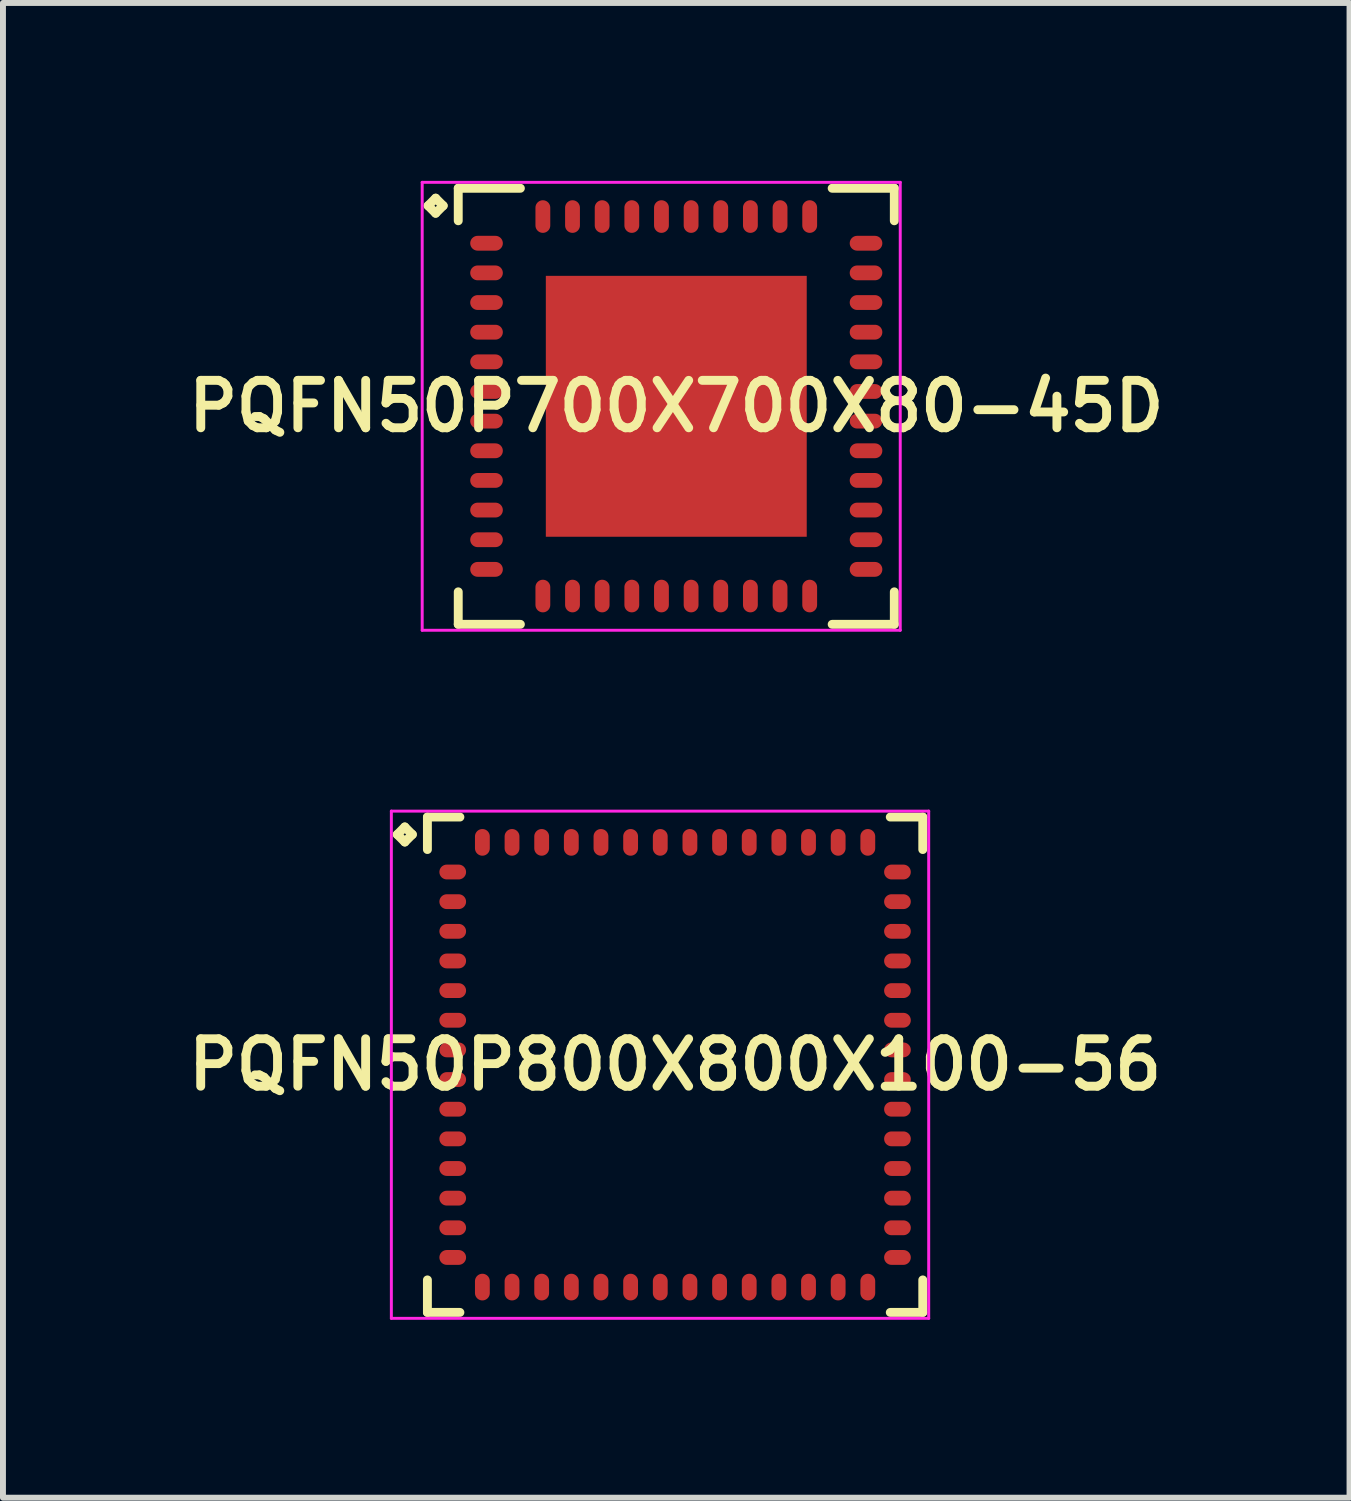
<source format=kicad_pcb>
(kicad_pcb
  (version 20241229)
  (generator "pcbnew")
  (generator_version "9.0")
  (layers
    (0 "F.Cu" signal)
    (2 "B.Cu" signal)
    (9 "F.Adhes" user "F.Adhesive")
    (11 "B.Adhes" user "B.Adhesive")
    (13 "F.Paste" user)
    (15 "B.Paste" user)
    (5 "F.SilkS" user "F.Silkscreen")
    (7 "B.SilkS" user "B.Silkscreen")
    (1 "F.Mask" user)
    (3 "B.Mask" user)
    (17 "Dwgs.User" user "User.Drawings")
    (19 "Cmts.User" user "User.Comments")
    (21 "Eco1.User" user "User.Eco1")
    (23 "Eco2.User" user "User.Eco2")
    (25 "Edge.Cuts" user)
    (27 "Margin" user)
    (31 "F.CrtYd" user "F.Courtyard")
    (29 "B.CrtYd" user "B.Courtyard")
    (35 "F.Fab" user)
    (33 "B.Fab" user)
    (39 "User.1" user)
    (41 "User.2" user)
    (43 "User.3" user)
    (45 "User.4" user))
  (footprint "PQFN50P800X800X100-56"
    (layer "F.Cu")
    (at 8.335 14.906)
    (property "Reference" "PQFN50P800X800X100-56" (at 0 0 0) (layer "F.SilkS") (effects (font (size 0.8 0.8) (thickness 0.15))))
    (attr smd)
    (fp_line (start -4.685 -3.883) (end -4.558 -4.01) (stroke (width 0.15) (type solid)) (layer "F.SilkS"))
    (fp_line (start -4.558 -4.01) (end -4.431 -3.883) (stroke (width 0.15) (type solid)) (layer "F.SilkS"))
    (fp_line (start -4.558 -3.756) (end -4.685 -3.883) (stroke (width 0.15) (type solid)) (layer "F.SilkS"))
    (fp_line (start -4.431 -3.883) (end -4.558 -3.756) (stroke (width 0.15) (type solid)) (layer "F.SilkS"))
    (fp_line (start -4.177 -4.177) (end -3.629 -4.177) (stroke (width 0.15) (type solid)) (layer "F.SilkS"))
    (fp_line (start -4.177 -3.629) (end -4.177 -4.177) (stroke (width 0.15) (type solid)) (layer "F.SilkS"))
    (fp_line (start -4.177 3.629) (end -4.177 4.177) (stroke (width 0.15) (type solid)) (layer "F.SilkS"))
    (fp_line (start -4.177 4.177) (end -3.629 4.177) (stroke (width 0.15) (type solid)) (layer "F.SilkS"))
    (fp_line (start 3.629 -4.177) (end 4.177 -4.177) (stroke (width 0.15) (type solid)) (layer "F.SilkS"))
    (fp_line (start 3.629 4.177) (end 4.177 4.177) (stroke (width 0.15) (type solid)) (layer "F.SilkS"))
    (fp_line (start 4.177 -4.177) (end 4.177 -3.629) (stroke (width 0.15) (type solid)) (layer "F.SilkS"))
    (fp_line (start 4.177 4.177) (end 4.177 3.629) (stroke (width 0.15) (type solid)) (layer "F.SilkS"))
    (fp_line (start -4.785 -4.277) (end 4.277 -4.277) (stroke (width 0.05) (type solid)) (layer "F.CrtYd"))
    (fp_line (start -4.785 4.277) (end -4.785 -4.277) (stroke (width 0.05) (type solid)) (layer "F.CrtYd"))
    (fp_line (start 4.277 -4.277) (end 4.277 4.277) (stroke (width 0.05) (type solid)) (layer "F.CrtYd"))
    (fp_line (start 4.277 4.277) (end -4.785 4.277) (stroke (width 0.05) (type solid)) (layer "F.CrtYd"))
    (pad "1" smd oval (at -3.75 -3.25) (size 0.45 0.25) (layers "F.Cu" "F.Mask" "F.Paste"))
    (pad "2" smd oval (at -3.75 -2.75) (size 0.45 0.25) (layers "F.Cu" "F.Mask" "F.Paste"))
    (pad "3" smd oval (at -3.75 -2.25) (size 0.45 0.25) (layers "F.Cu" "F.Mask" "F.Paste"))
    (pad "4" smd oval (at -3.75 -1.75) (size 0.45 0.25) (layers "F.Cu" "F.Mask" "F.Paste"))
    (pad "5" smd oval (at -3.75 -1.25) (size 0.45 0.25) (layers "F.Cu" "F.Mask" "F.Paste"))
    (pad "6" smd oval (at -3.75 -0.75) (size 0.45 0.25) (layers "F.Cu" "F.Mask" "F.Paste"))
    (pad "7" smd oval (at -3.75 -0.25) (size 0.45 0.25) (layers "F.Cu" "F.Mask" "F.Paste"))
    (pad "8" smd oval (at -3.75 0.25) (size 0.45 0.25) (layers "F.Cu" "F.Mask" "F.Paste"))
    (pad "9" smd oval (at -3.75 0.75) (size 0.45 0.25) (layers "F.Cu" "F.Mask" "F.Paste"))
    (pad "10" smd oval (at -3.75 1.25) (size 0.45 0.25) (layers "F.Cu" "F.Mask" "F.Paste"))
    (pad "11" smd oval (at -3.75 1.75) (size 0.45 0.25) (layers "F.Cu" "F.Mask" "F.Paste"))
    (pad "12" smd oval (at -3.75 2.25) (size 0.45 0.25) (layers "F.Cu" "F.Mask" "F.Paste"))
    (pad "13" smd oval (at -3.75 2.75) (size 0.45 0.25) (layers "F.Cu" "F.Mask" "F.Paste"))
    (pad "14" smd oval (at -3.75 3.25) (size 0.45 0.25) (layers "F.Cu" "F.Mask" "F.Paste"))
    (pad "15" smd oval (at -3.25 3.75) (size 0.25 0.45) (layers "F.Cu" "F.Mask" "F.Paste"))
    (pad "16" smd oval (at -2.75 3.75) (size 0.25 0.45) (layers "F.Cu" "F.Mask" "F.Paste"))
    (pad "17" smd oval (at -2.25 3.75) (size 0.25 0.45) (layers "F.Cu" "F.Mask" "F.Paste"))
    (pad "18" smd oval (at -1.75 3.75) (size 0.25 0.45) (layers "F.Cu" "F.Mask" "F.Paste"))
    (pad "19" smd oval (at -1.25 3.75) (size 0.25 0.45) (layers "F.Cu" "F.Mask" "F.Paste"))
    (pad "20" smd oval (at -0.75 3.75) (size 0.25 0.45) (layers "F.Cu" "F.Mask" "F.Paste"))
    (pad "21" smd oval (at -0.25 3.75) (size 0.25 0.45) (layers "F.Cu" "F.Mask" "F.Paste"))
    (pad "22" smd oval (at 0.25 3.75) (size 0.25 0.45) (layers "F.Cu" "F.Mask" "F.Paste"))
    (pad "23" smd oval (at 0.75 3.75) (size 0.25 0.45) (layers "F.Cu" "F.Mask" "F.Paste"))
    (pad "24" smd oval (at 1.25 3.75) (size 0.25 0.45) (layers "F.Cu" "F.Mask" "F.Paste"))
    (pad "25" smd oval (at 1.75 3.75) (size 0.25 0.45) (layers "F.Cu" "F.Mask" "F.Paste"))
    (pad "26" smd oval (at 2.25 3.75) (size 0.25 0.45) (layers "F.Cu" "F.Mask" "F.Paste"))
    (pad "27" smd oval (at 2.75 3.75) (size 0.25 0.45) (layers "F.Cu" "F.Mask" "F.Paste"))
    (pad "28" smd oval (at 3.25 3.75) (size 0.25 0.45) (layers "F.Cu" "F.Mask" "F.Paste"))
    (pad "29" smd oval (at 3.75 3.25) (size 0.45 0.25) (layers "F.Cu" "F.Mask" "F.Paste"))
    (pad "30" smd oval (at 3.75 2.75) (size 0.45 0.25) (layers "F.Cu" "F.Mask" "F.Paste"))
    (pad "31" smd oval (at 3.75 2.25) (size 0.45 0.25) (layers "F.Cu" "F.Mask" "F.Paste"))
    (pad "32" smd oval (at 3.75 1.75) (size 0.45 0.25) (layers "F.Cu" "F.Mask" "F.Paste"))
    (pad "33" smd oval (at 3.75 1.25) (size 0.45 0.25) (layers "F.Cu" "F.Mask" "F.Paste"))
    (pad "34" smd oval (at 3.75 0.75) (size 0.45 0.25) (layers "F.Cu" "F.Mask" "F.Paste"))
    (pad "35" smd oval (at 3.75 0.25) (size 0.45 0.25) (layers "F.Cu" "F.Mask" "F.Paste"))
    (pad "36" smd oval (at 3.75 -0.25) (size 0.45 0.25) (layers "F.Cu" "F.Mask" "F.Paste"))
    (pad "37" smd oval (at 3.75 -0.75) (size 0.45 0.25) (layers "F.Cu" "F.Mask" "F.Paste"))
    (pad "38" smd oval (at 3.75 -1.25) (size 0.45 0.25) (layers "F.Cu" "F.Mask" "F.Paste"))
    (pad "39" smd oval (at 3.75 -1.75) (size 0.45 0.25) (layers "F.Cu" "F.Mask" "F.Paste"))
    (pad "40" smd oval (at 3.75 -2.25) (size 0.45 0.25) (layers "F.Cu" "F.Mask" "F.Paste"))
    (pad "41" smd oval (at 3.75 -2.75) (size 0.45 0.25) (layers "F.Cu" "F.Mask" "F.Paste"))
    (pad "42" smd oval (at 3.75 -3.25) (size 0.45 0.25) (layers "F.Cu" "F.Mask" "F.Paste"))
    (pad "43" smd oval (at 3.25 -3.75) (size 0.25 0.45) (layers "F.Cu" "F.Mask" "F.Paste"))
    (pad "44" smd oval (at 2.75 -3.75) (size 0.25 0.45) (layers "F.Cu" "F.Mask" "F.Paste"))
    (pad "45" smd oval (at 2.25 -3.75) (size 0.25 0.45) (layers "F.Cu" "F.Mask" "F.Paste"))
    (pad "46" smd oval (at 1.75 -3.75) (size 0.25 0.45) (layers "F.Cu" "F.Mask" "F.Paste"))
    (pad "47" smd oval (at 1.25 -3.75) (size 0.25 0.45) (layers "F.Cu" "F.Mask" "F.Paste"))
    (pad "48" smd oval (at 0.75 -3.75) (size 0.25 0.45) (layers "F.Cu" "F.Mask" "F.Paste"))
    (pad "49" smd oval (at 0.25 -3.75) (size 0.25 0.45) (layers "F.Cu" "F.Mask" "F.Paste"))
    (pad "50" smd oval (at -0.25 -3.75) (size 0.25 0.45) (layers "F.Cu" "F.Mask" "F.Paste"))
    (pad "51" smd oval (at -0.75 -3.75) (size 0.25 0.45) (layers "F.Cu" "F.Mask" "F.Paste"))
    (pad "52" smd oval (at -1.25 -3.75) (size 0.25 0.45) (layers "F.Cu" "F.Mask" "F.Paste"))
    (pad "53" smd oval (at -1.75 -3.75) (size 0.25 0.45) (layers "F.Cu" "F.Mask" "F.Paste"))
    (pad "54" smd oval (at -2.25 -3.75) (size 0.25 0.45) (layers "F.Cu" "F.Mask" "F.Paste"))
    (pad "55" smd oval (at -2.75 -3.75) (size 0.25 0.45) (layers "F.Cu" "F.Mask" "F.Paste"))
    (pad "56" smd oval (at -3.25 -3.75) (size 0.25 0.45) (layers "F.Cu" "F.Mask" "F.Paste")))
  (footprint "PQFN50P700X700X80-45D"
    (layer "F.Cu")
    (at 8.355 3.802)
    (property "Reference" "PQFN50P700X700X80-45D" (at 0 0 0) (layer "F.SilkS") (effects (font (size 0.8 0.8) (thickness 0.15))))
    (attr smd)
    (fp_line (start -4.185 -3.383) (end -4.058 -3.51) (stroke (width 0.15) (type solid)) (layer "F.SilkS"))
    (fp_line (start -4.058 -3.51) (end -3.931 -3.383) (stroke (width 0.15) (type solid)) (layer "F.SilkS"))
    (fp_line (start -4.058 -3.256) (end -4.185 -3.383) (stroke (width 0.15) (type solid)) (layer "F.SilkS"))
    (fp_line (start -3.931 -3.383) (end -4.058 -3.256) (stroke (width 0.15) (type solid)) (layer "F.SilkS"))
    (fp_line (start -3.677 -3.677) (end -2.629 -3.677) (stroke (width 0.15) (type solid)) (layer "F.SilkS"))
    (fp_line (start -3.677 -3.129) (end -3.677 -3.677) (stroke (width 0.15) (type solid)) (layer "F.SilkS"))
    (fp_line (start -3.677 3.129) (end -3.677 3.677) (stroke (width 0.15) (type solid)) (layer "F.SilkS"))
    (fp_line (start -3.677 3.677) (end -2.629 3.677) (stroke (width 0.15) (type solid)) (layer "F.SilkS"))
    (fp_line (start 2.629 -3.677) (end 3.677 -3.677) (stroke (width 0.15) (type solid)) (layer "F.SilkS"))
    (fp_line (start 2.629 3.677) (end 3.677 3.677) (stroke (width 0.15) (type solid)) (layer "F.SilkS"))
    (fp_line (start 3.677 -3.677) (end 3.677 -3.129) (stroke (width 0.15) (type solid)) (layer "F.SilkS"))
    (fp_line (start 3.677 3.677) (end 3.677 3.129) (stroke (width 0.15) (type solid)) (layer "F.SilkS"))
    (fp_line (start -4.285 -3.777) (end 3.777 -3.777) (stroke (width 0.05) (type solid)) (layer "F.CrtYd"))
    (fp_line (start -4.285 3.777) (end -4.285 -3.777) (stroke (width 0.05) (type solid)) (layer "F.CrtYd"))
    (fp_line (start 3.777 -3.777) (end 3.777 3.777) (stroke (width 0.05) (type solid)) (layer "F.CrtYd"))
    (fp_line (start 3.777 3.777) (end -4.285 3.777) (stroke (width 0.05) (type solid)) (layer "F.CrtYd"))
    (pad "1" smd oval (at -3.2 -2.75) (size 0.55 0.25) (layers "F.Cu" "F.Mask" "F.Paste"))
    (pad "2" smd oval (at -3.2 -2.25) (size 0.55 0.25) (layers "F.Cu" "F.Mask" "F.Paste"))
    (pad "3" smd oval (at -3.2 -1.75) (size 0.55 0.25) (layers "F.Cu" "F.Mask" "F.Paste"))
    (pad "4" smd oval (at -3.2 -1.25) (size 0.55 0.25) (layers "F.Cu" "F.Mask" "F.Paste"))
    (pad "5" smd oval (at -3.2 -0.75) (size 0.55 0.25) (layers "F.Cu" "F.Mask" "F.Paste"))
    (pad "6" smd oval (at -3.2 -0.25) (size 0.55 0.25) (layers "F.Cu" "F.Mask" "F.Paste"))
    (pad "7" smd oval (at -3.2 0.25) (size 0.55 0.25) (layers "F.Cu" "F.Mask" "F.Paste"))
    (pad "8" smd oval (at -3.2 0.75) (size 0.55 0.25) (layers "F.Cu" "F.Mask" "F.Paste"))
    (pad "9" smd oval (at -3.2 1.25) (size 0.55 0.25) (layers "F.Cu" "F.Mask" "F.Paste"))
    (pad "10" smd oval (at -3.2 1.75) (size 0.55 0.25) (layers "F.Cu" "F.Mask" "F.Paste"))
    (pad "11" smd oval (at -3.2 2.25) (size 0.55 0.25) (layers "F.Cu" "F.Mask" "F.Paste"))
    (pad "12" smd oval (at -3.2 2.75) (size 0.55 0.25) (layers "F.Cu" "F.Mask" "F.Paste"))
    (pad "13" smd oval (at -2.25 3.2) (size 0.25 0.55) (layers "F.Cu" "F.Mask" "F.Paste"))
    (pad "14" smd oval (at -1.75 3.2) (size 0.25 0.55) (layers "F.Cu" "F.Mask" "F.Paste"))
    (pad "15" smd oval (at -1.25 3.2) (size 0.25 0.55) (layers "F.Cu" "F.Mask" "F.Paste"))
    (pad "16" smd oval (at -0.75 3.2) (size 0.25 0.55) (layers "F.Cu" "F.Mask" "F.Paste"))
    (pad "17" smd oval (at -0.25 3.2) (size 0.25 0.55) (layers "F.Cu" "F.Mask" "F.Paste"))
    (pad "18" smd oval (at 0.25 3.2) (size 0.25 0.55) (layers "F.Cu" "F.Mask" "F.Paste"))
    (pad "19" smd oval (at 0.75 3.2) (size 0.25 0.55) (layers "F.Cu" "F.Mask" "F.Paste"))
    (pad "20" smd oval (at 1.25 3.2) (size 0.25 0.55) (layers "F.Cu" "F.Mask" "F.Paste"))
    (pad "21" smd oval (at 1.75 3.2) (size 0.25 0.55) (layers "F.Cu" "F.Mask" "F.Paste"))
    (pad "22" smd oval (at 2.25 3.2) (size 0.25 0.55) (layers "F.Cu" "F.Mask" "F.Paste"))
    (pad "23" smd oval (at 3.2 2.75) (size 0.55 0.25) (layers "F.Cu" "F.Mask" "F.Paste"))
    (pad "24" smd oval (at 3.2 2.25) (size 0.55 0.25) (layers "F.Cu" "F.Mask" "F.Paste"))
    (pad "25" smd oval (at 3.2 1.75) (size 0.55 0.25) (layers "F.Cu" "F.Mask" "F.Paste"))
    (pad "26" smd oval (at 3.2 1.25) (size 0.55 0.25) (layers "F.Cu" "F.Mask" "F.Paste"))
    (pad "27" smd oval (at 3.2 0.75) (size 0.55 0.25) (layers "F.Cu" "F.Mask" "F.Paste"))
    (pad "28" smd oval (at 3.2 0.25) (size 0.55 0.25) (layers "F.Cu" "F.Mask" "F.Paste"))
    (pad "29" smd oval (at 3.2 -0.25) (size 0.55 0.25) (layers "F.Cu" "F.Mask" "F.Paste"))
    (pad "30" smd oval (at 3.2 -0.75) (size 0.55 0.25) (layers "F.Cu" "F.Mask" "F.Paste"))
    (pad "31" smd oval (at 3.2 -1.25) (size 0.55 0.25) (layers "F.Cu" "F.Mask" "F.Paste"))
    (pad "32" smd oval (at 3.2 -1.75) (size 0.55 0.25) (layers "F.Cu" "F.Mask" "F.Paste"))
    (pad "33" smd oval (at 3.2 -2.25) (size 0.55 0.25) (layers "F.Cu" "F.Mask" "F.Paste"))
    (pad "34" smd oval (at 3.2 -2.75) (size 0.55 0.25) (layers "F.Cu" "F.Mask" "F.Paste"))
    (pad "35" smd oval (at 2.25 -3.2) (size 0.25 0.55) (layers "F.Cu" "F.Mask" "F.Paste"))
    (pad "36" smd oval (at 1.75 -3.2) (size 0.25 0.55) (layers "F.Cu" "F.Mask" "F.Paste"))
    (pad "37" smd oval (at 1.25 -3.2) (size 0.25 0.55) (layers "F.Cu" "F.Mask" "F.Paste"))
    (pad "38" smd oval (at 0.75 -3.2) (size 0.25 0.55) (layers "F.Cu" "F.Mask" "F.Paste"))
    (pad "39" smd oval (at 0.25 -3.2) (size 0.25 0.55) (layers "F.Cu" "F.Mask" "F.Paste"))
    (pad "40" smd oval (at -0.25 -3.2) (size 0.25 0.55) (layers "F.Cu" "F.Mask" "F.Paste"))
    (pad "41" smd oval (at -0.75 -3.2) (size 0.25 0.55) (layers "F.Cu" "F.Mask" "F.Paste"))
    (pad "42" smd oval (at -1.25 -3.2) (size 0.25 0.55) (layers "F.Cu" "F.Mask" "F.Paste"))
    (pad "43" smd oval (at -1.75 -3.2) (size 0.25 0.55) (layers "F.Cu" "F.Mask" "F.Paste"))
    (pad "44" smd oval (at -2.25 -3.2) (size 0.25 0.55) (layers "F.Cu" "F.Mask" "F.Paste"))
    (pad "45" smd rect (at 0 0) (size 4.4 4.4) (layers "F.Cu" "F.Mask" "F.Paste")))
  (gr_rect
    (start -3 -3)
    (end 19.709 22.208)
    (stroke (width 0.1) (type default))
    (fill no)
    (layer "Edge.Cuts")))
</source>
